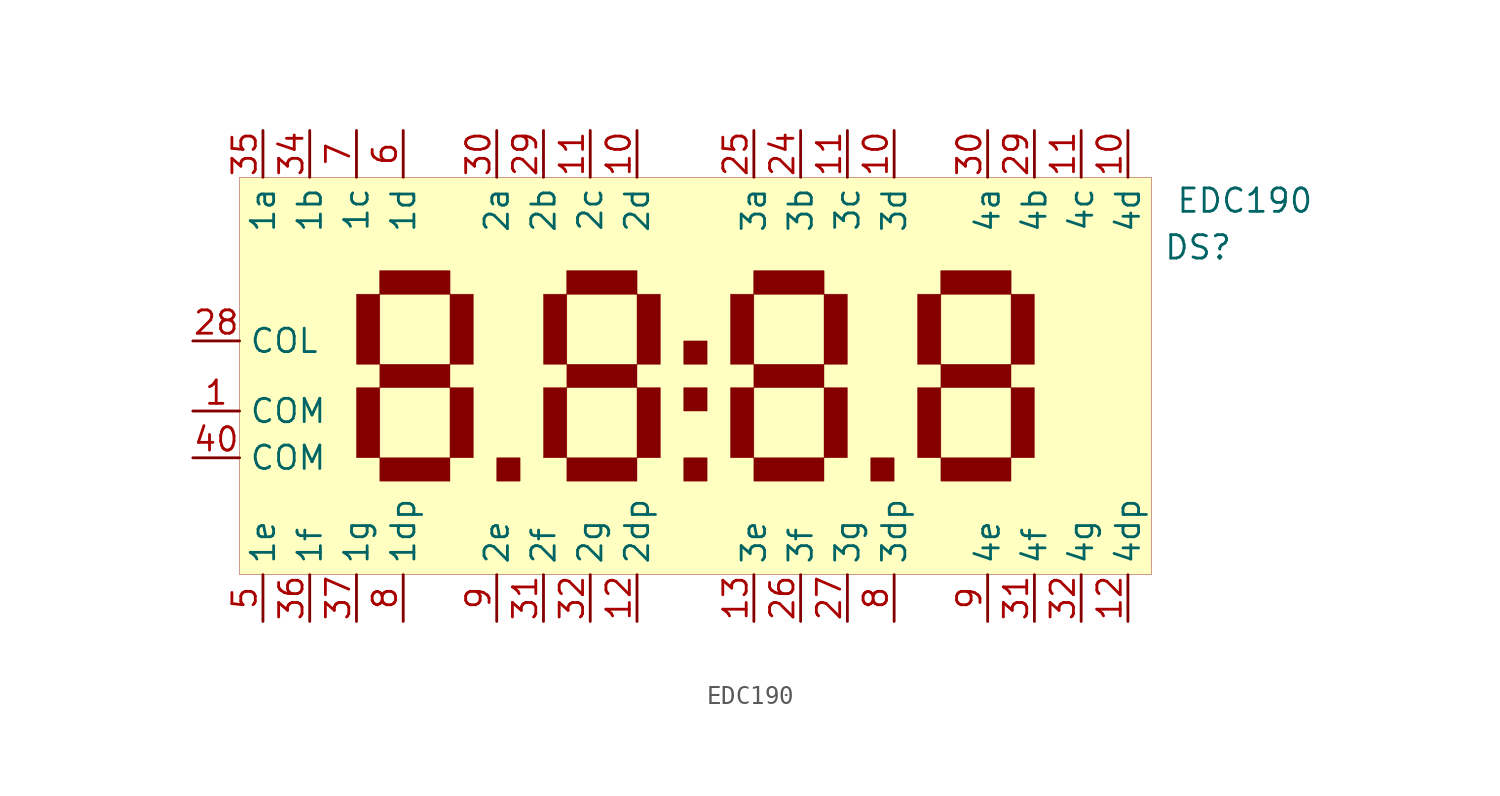
<source format=kicad_sym>
(kicad_symbol_lib
  (version 20200126)
  (host kicad_symbol_editor "(5.99.0-1879-g3bd4c0c5d)")
  (symbol "LCD:EDC190"
    (property "Reference" "DS"
      (at 35.56 8.89 0)
      (effects (font (size 1.27 1.27))))
    (property "Value" "EDC190"
      (at 38.1 11.43 0)
      (effects (font (size 1.27 1.27))))
    (symbol "EDC190_0_1"
      (rectangle (start -16.51 12.7) (end 33.02 -8.89) (stroke (width 0.001)) (fill (type background)))
      (rectangle (start -8.89 7.62) (end -5.08 6.35) (stroke (width 0.001)) (fill (type outline)))
      (rectangle (start -11.43 6.35) (end -11.43 6.35) (stroke (width 0.001)) (fill (type none)))
      (rectangle (start -8.89 7.62) (end -5.08 6.35) (stroke (width 0.001)) (fill (type none)))
      (rectangle (start -2.54 -2.54) (end -1.27 -3.81) (stroke (width 0.001)) (fill (type outline)))
      (rectangle (start -8.89 6.35) (end -10.16 2.54) (stroke (width 0.001)) (fill (type outline)))
      (rectangle (start -8.89 2.54) (end -5.08 1.27) (stroke (width 0.001)) (fill (type outline)))
      (rectangle (start -5.08 6.35) (end -3.81 2.54) (stroke (width 0.001)) (fill (type outline)))
      (rectangle (start -8.89 1.27) (end -10.16 -2.54) (stroke (width 0.001)) (fill (type outline)))
      (rectangle (start -8.89 -2.54) (end -5.08 -3.81) (stroke (width 0.001)) (fill (type outline)))
      (rectangle (start -5.08 -2.54) (end -3.81 1.27) (stroke (width 0.001)) (fill (type outline)))
      (rectangle (start 1.27 7.62) (end 5.08 6.35) (stroke (width 0.001)) (fill (type outline)))
      (rectangle (start 1.27 7.62) (end 5.08 6.35) (stroke (width 0.001)) (fill (type none)))
      (rectangle (start 7.62 -2.54) (end 8.89 -3.81) (stroke (width 0.001)) (fill (type outline)))
      (rectangle (start 1.27 6.35) (end 0 2.54) (stroke (width 0.001)) (fill (type outline)))
      (rectangle (start 1.27 2.54) (end 5.08 1.27) (stroke (width 0.001)) (fill (type outline)))
      (rectangle (start 5.08 6.35) (end 6.35 2.54) (stroke (width 0.001)) (fill (type outline)))
      (rectangle (start 1.27 1.27) (end 0 -2.54) (stroke (width 0.001)) (fill (type outline)))
      (rectangle (start 1.27 -2.54) (end 5.08 -3.81) (stroke (width 0.001)) (fill (type outline)))
      (rectangle (start 5.08 -2.54) (end 6.35 1.27) (stroke (width 0.001)) (fill (type outline)))
      (rectangle (start 11.43 7.62) (end 15.24 6.35) (stroke (width 0.001)) (fill (type outline)))
      (rectangle (start 11.43 7.62) (end 15.24 6.35) (stroke (width 0.001)) (fill (type none)))
      (rectangle (start 17.78 -2.54) (end 19.05 -3.81) (stroke (width 0.001)) (fill (type outline)))
      (rectangle (start 11.43 6.35) (end 10.16 2.54) (stroke (width 0.001)) (fill (type outline)))
      (rectangle (start 11.43 2.54) (end 15.24 1.27) (stroke (width 0.001)) (fill (type outline)))
      (rectangle (start 15.24 6.35) (end 16.51 2.54) (stroke (width 0.001)) (fill (type outline)))
      (rectangle (start 11.43 1.27) (end 10.16 -2.54) (stroke (width 0.001)) (fill (type outline)))
      (rectangle (start 11.43 -2.54) (end 15.24 -3.81) (stroke (width 0.001)) (fill (type outline)))
      (rectangle (start 15.24 -2.54) (end 16.51 1.27) (stroke (width 0.001)) (fill (type outline)))
      (rectangle (start 21.59 7.62) (end 25.4 6.35) (stroke (width 0.001)) (fill (type outline)))
      (rectangle (start 21.59 7.62) (end 25.4 6.35) (stroke (width 0.001)) (fill (type none)))
      (rectangle (start 21.59 6.35) (end 20.32 2.54) (stroke (width 0.001)) (fill (type outline)))
      (rectangle (start 21.59 2.54) (end 25.4 1.27) (stroke (width 0.001)) (fill (type outline)))
      (rectangle (start 25.4 6.35) (end 26.67 2.54) (stroke (width 0.001)) (fill (type outline)))
      (rectangle (start 21.59 1.27) (end 20.32 -2.54) (stroke (width 0.001)) (fill (type outline)))
      (rectangle (start 21.59 -2.54) (end 25.4 -3.81) (stroke (width 0.001)) (fill (type outline)))
      (rectangle (start 25.4 -2.54) (end 26.67 1.27) (stroke (width 0.001)) (fill (type outline)))
      (rectangle (start 7.62 1.27) (end 8.89 0) (stroke (width 0.001)) (fill (type outline)))
      (rectangle (start 7.62 3.81) (end 8.89 2.54) (stroke (width 0.001)) (fill (type outline))))
    (symbol "EDC190_1_1"
      (pin input line (at -15.24 15.24 270) (length 2.54) (name "1a" (effects (font (size 1.27 1.27)))) (number "35" (effects (font (size 1.27 1.27)))))
      (pin input line (at -12.7 15.24 270) (length 2.54) (name "1b" (effects (font (size 1.27 1.27)))) (number "34" (effects (font (size 1.27 1.27)))))
      (pin input line (at -10.16 15.24 270) (length 2.54) (name "1c" (effects (font (size 1.27 1.27)))) (number "7" (effects (font (size 1.27 1.27)))))
      (pin input line (at -7.62 15.24 270) (length 2.54) (name "1d" (effects (font (size 1.27 1.27)))) (number "6" (effects (font (size 1.27 1.27)))))
      (pin input line (at -15.24 -11.43 90) (length 2.54) (name "1e" (effects (font (size 1.27 1.27)))) (number "5" (effects (font (size 1.27 1.27)))))
      (pin input line (at -12.7 -11.43 90) (length 2.54) (name "1f" (effects (font (size 1.27 1.27)))) (number "36" (effects (font (size 1.27 1.27)))))
      (pin input line (at -10.16 -11.43 90) (length 2.54) (name "1g" (effects (font (size 1.27 1.27)))) (number "37" (effects (font (size 1.27 1.27)))))
      (pin input line (at -7.62 -11.43 90) (length 2.54) (name "1dp" (effects (font (size 1.27 1.27)))) (number "8" (effects (font (size 1.27 1.27)))))
      (pin input line (at -2.54 15.24 270) (length 2.54) (name "2a" (effects (font (size 1.27 1.27)))) (number "30" (effects (font (size 1.27 1.27)))))
      (pin input line (at 0 15.24 270) (length 2.54) (name "2b" (effects (font (size 1.27 1.27)))) (number "29" (effects (font (size 1.27 1.27)))))
      (pin input line (at 2.54 15.24 270) (length 2.54) (name "2c" (effects (font (size 1.27 1.27)))) (number "11" (effects (font (size 1.27 1.27)))))
      (pin input line (at 5.08 15.24 270) (length 2.54) (name "2d" (effects (font (size 1.27 1.27)))) (number "10" (effects (font (size 1.27 1.27)))))
      (pin input line (at -2.54 -11.43 90) (length 2.54) (name "2e" (effects (font (size 1.27 1.27)))) (number "9" (effects (font (size 1.27 1.27)))))
      (pin input line (at 0 -11.43 90) (length 2.54) (name "2f" (effects (font (size 1.27 1.27)))) (number "31" (effects (font (size 1.27 1.27)))))
      (pin input line (at 2.54 -11.43 90) (length 2.54) (name "2g" (effects (font (size 1.27 1.27)))) (number "32" (effects (font (size 1.27 1.27)))))
      (pin input line (at 5.08 -11.43 90) (length 2.54) (name "2dp" (effects (font (size 1.27 1.27)))) (number "12" (effects (font (size 1.27 1.27)))))
      (pin input line (at -19.05 3.81 0) (length 2.54) (name "COL" (effects (font (size 1.27 1.27)))) (number "28" (effects (font (size 1.27 1.27)))))
      (pin input line (at -19.05 0 0) (length 2.54) (name "COM" (effects (font (size 1.27 1.27)))) (number "1" (effects (font (size 1.27 1.27)))))
      (pin input line (at -19.05 -2.54 0) (length 2.54) (name "COM" (effects (font (size 1.27 1.27)))) (number "40" (effects (font (size 1.27 1.27)))))
      (pin input line (at 11.43 15.24 270) (length 2.54) (name "3a" (effects (font (size 1.27 1.27)))) (number "25" (effects (font (size 1.27 1.27)))))
      (pin input line (at 13.97 15.24 270) (length 2.54) (name "3b" (effects (font (size 1.27 1.27)))) (number "24" (effects (font (size 1.27 1.27)))))
      (pin input line (at 16.51 15.24 270) (length 2.54) (name "3c" (effects (font (size 1.27 1.27)))) (number "11" (effects (font (size 1.27 1.27)))))
      (pin input line (at 19.05 15.24 270) (length 2.54) (name "3d" (effects (font (size 1.27 1.27)))) (number "10" (effects (font (size 1.27 1.27)))))
      (pin input line (at 24.13 15.24 270) (length 2.54) (name "4a" (effects (font (size 1.27 1.27)))) (number "30" (effects (font (size 1.27 1.27)))))
      (pin input line (at 26.67 15.24 270) (length 2.54) (name "4b" (effects (font (size 1.27 1.27)))) (number "29" (effects (font (size 1.27 1.27)))))
      (pin input line (at 29.21 15.24 270) (length 2.54) (name "4c" (effects (font (size 1.27 1.27)))) (number "11" (effects (font (size 1.27 1.27)))))
      (pin input line (at 31.75 15.24 270) (length 2.54) (name "4d" (effects (font (size 1.27 1.27)))) (number "10" (effects (font (size 1.27 1.27)))))
      (pin input line (at 11.43 -11.43 90) (length 2.54) (name "3e" (effects (font (size 1.27 1.27)))) (number "13" (effects (font (size 1.27 1.27)))))
      (pin input line (at 13.97 -11.43 90) (length 2.54) (name "3f" (effects (font (size 1.27 1.27)))) (number "26" (effects (font (size 1.27 1.27)))))
      (pin input line (at 16.51 -11.43 90) (length 2.54) (name "3g" (effects (font (size 1.27 1.27)))) (number "27" (effects (font (size 1.27 1.27)))))
      (pin input line (at 19.05 -11.43 90) (length 2.54) (name "3dp" (effects (font (size 1.27 1.27)))) (number "8" (effects (font (size 1.27 1.27)))))
      (pin input line (at 24.13 -11.43 90) (length 2.54) (name "4e" (effects (font (size 1.27 1.27)))) (number "9" (effects (font (size 1.27 1.27)))))
      (pin input line (at 26.67 -11.43 90) (length 2.54) (name "4f" (effects (font (size 1.27 1.27)))) (number "31" (effects (font (size 1.27 1.27)))))
      (pin input line (at 29.21 -11.43 90) (length 2.54) (name "4g" (effects (font (size 1.27 1.27)))) (number "32" (effects (font (size 1.27 1.27)))))
      (pin input line (at 31.75 -11.43 90) (length 2.54) (name "4dp" (effects (font (size 1.27 1.27)))) (number "12" (effects (font (size 1.27 1.27))))))))
</source>
